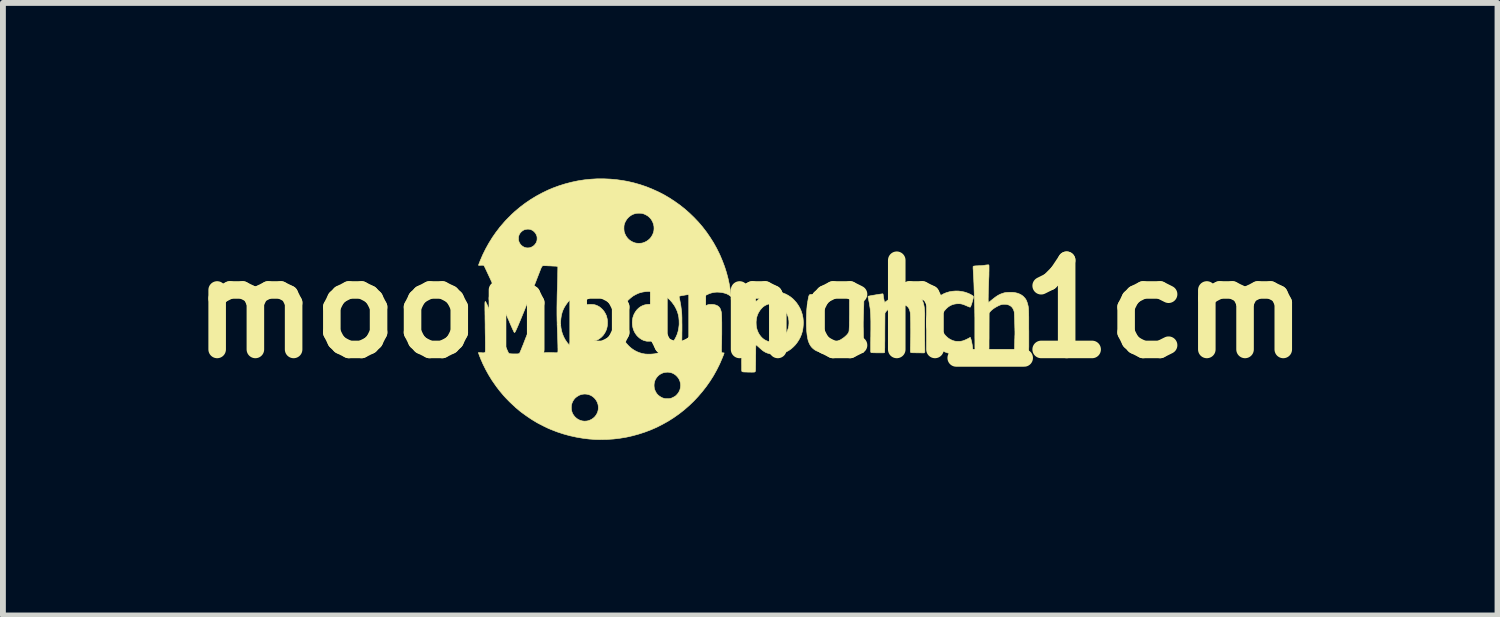
<source format=kicad_pcb>
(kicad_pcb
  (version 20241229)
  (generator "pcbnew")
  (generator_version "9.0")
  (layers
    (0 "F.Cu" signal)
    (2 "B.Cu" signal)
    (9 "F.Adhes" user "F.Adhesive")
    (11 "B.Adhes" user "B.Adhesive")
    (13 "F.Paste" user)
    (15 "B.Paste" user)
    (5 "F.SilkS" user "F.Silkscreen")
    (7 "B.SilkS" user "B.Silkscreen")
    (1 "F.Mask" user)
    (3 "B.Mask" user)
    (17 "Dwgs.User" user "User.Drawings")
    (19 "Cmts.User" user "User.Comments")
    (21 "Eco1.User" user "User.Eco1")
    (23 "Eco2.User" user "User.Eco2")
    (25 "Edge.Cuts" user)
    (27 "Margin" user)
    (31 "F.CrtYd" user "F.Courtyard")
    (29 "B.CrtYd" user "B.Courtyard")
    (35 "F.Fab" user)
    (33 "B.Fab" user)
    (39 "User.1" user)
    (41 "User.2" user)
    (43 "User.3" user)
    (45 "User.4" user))
  (footprint "moonpunch_1cm"
    (layer "F.Cu")
    (at 9.768 2.231)
    (property "Reference" "moonpunch_1cm" (at 0 0 0) (layer "F.SilkS") (effects (font (size 1.524 1.524) (thickness 0.3))))
    (attr through_hole)
    (fp_poly (pts (xy -2.697 -0.079) (xy -2.672 -0.077) (xy -2.65 -0.072) (xy -2.629 -0.065) (xy -2.608 -0.056) (xy -2.577 -0.039) (xy -2.548 -0.016) (xy -2.521 0.01) (xy -2.497 0.04) (xy -2.477 0.073) (xy -2.46 0.107) (xy -2.452 0.133) (xy -2.443 0.17) (xy -2.439 0.209) (xy -2.439 0.249) (xy -2.442 0.289) (xy -2.45 0.327) (xy -2.455 0.345) (xy -2.471 0.383) (xy -2.491 0.418) (xy -2.514 0.45) (xy -2.542 0.479) (xy -2.572 0.503) (xy -2.605 0.524) (xy -2.607 0.525) (xy -2.628 0.534) (xy -2.649 0.541) (xy -2.671 0.545) (xy -2.696 0.548) (xy -2.718 0.549) (xy -2.733 0.549) (xy -2.747 0.549) (xy -2.758 0.549) (xy -2.765 0.549) (xy -2.767 0.549) (xy -2.773 0.547) (xy -2.782 0.545) (xy -2.792 0.543) (xy -2.826 0.532) (xy -2.858 0.517) (xy -2.889 0.496) (xy -2.917 0.471) (xy -2.943 0.443) (xy -2.965 0.41) (xy -2.982 0.38) (xy -2.996 0.347) (xy -3.005 0.315) (xy -3.011 0.281) (xy -3.014 0.246) (xy -3.013 0.217) (xy -3.011 0.182) (xy -3.005 0.151) (xy -2.997 0.121) (xy -2.985 0.092) (xy -2.982 0.083) (xy -2.964 0.052) (xy -2.943 0.023) (xy -2.919 -0.003) (xy -2.893 -0.026) (xy -2.866 -0.045) (xy -2.853 -0.052) (xy -2.829 -0.063) (xy -2.807 -0.071) (xy -2.784 -0.076) (xy -2.758 -0.079) (xy -2.73 -0.08) (xy -2.725 -0.08) (xy -2.697 -0.079)) (stroke (width 0.01) (type solid)) (fill yes) (layer "F.SilkS"))
    (fp_poly (pts (xy -1.71 -0.081) (xy -1.671 -0.076) (xy -1.635 -0.067) (xy -1.601 -0.053) (xy -1.57 -0.033) (xy -1.54 -0.008) (xy -1.527 0.004) (xy -1.5 0.037) (xy -1.478 0.071) (xy -1.46 0.109) (xy -1.448 0.147) (xy -1.446 0.156) (xy -1.444 0.165) (xy -1.443 0.173) (xy -1.442 0.183) (xy -1.441 0.195) (xy -1.441 0.21) (xy -1.441 0.23) (xy -1.441 0.233) (xy -1.441 0.253) (xy -1.441 0.269) (xy -1.442 0.281) (xy -1.442 0.291) (xy -1.444 0.299) (xy -1.445 0.308) (xy -1.448 0.317) (xy -1.448 0.319) (xy -1.462 0.36) (xy -1.48 0.398) (xy -1.501 0.432) (xy -1.526 0.463) (xy -1.554 0.489) (xy -1.586 0.512) (xy -1.619 0.53) (xy -1.65 0.541) (xy -1.661 0.544) (xy -1.671 0.546) (xy -1.682 0.547) (xy -1.694 0.548) (xy -1.711 0.549) (xy -1.719 0.549) (xy -1.734 0.549) (xy -1.748 0.549) (xy -1.759 0.549) (xy -1.766 0.549) (xy -1.768 0.549) (xy -1.774 0.547) (xy -1.783 0.545) (xy -1.793 0.543) (xy -1.826 0.533) (xy -1.858 0.517) (xy -1.888 0.497) (xy -1.917 0.472) (xy -1.943 0.444) (xy -1.965 0.412) (xy -1.979 0.388) (xy -1.995 0.351) (xy -2.006 0.311) (xy -2.013 0.27) (xy -2.015 0.228) (xy -2.012 0.186) (xy -2.005 0.145) (xy -1.992 0.106) (xy -1.981 0.081) (xy -1.96 0.045) (xy -1.936 0.013) (xy -1.908 -0.015) (xy -1.878 -0.038) (xy -1.845 -0.056) (xy -1.809 -0.07) (xy -1.771 -0.078) (xy -1.732 -0.081) (xy -1.71 -0.081)) (stroke (width 0.01) (type solid)) (fill yes) (layer "F.SilkS"))
    (fp_poly (pts (xy 3.563 -0.308) (xy 3.614 -0.301) (xy 3.653 -0.293) (xy 3.679 -0.286) (xy 3.706 -0.276) (xy 3.733 -0.266) (xy 3.758 -0.254) (xy 3.78 -0.242) (xy 3.798 -0.231) (xy 3.799 -0.23) (xy 3.807 -0.224) (xy 3.811 -0.219) (xy 3.813 -0.214) (xy 3.813 -0.208) (xy 3.812 -0.198) (xy 3.81 -0.185) (xy 3.806 -0.168) (xy 3.801 -0.15) (xy 3.796 -0.13) (xy 3.79 -0.111) (xy 3.784 -0.091) (xy 3.778 -0.074) (xy 3.772 -0.058) (xy 3.767 -0.045) (xy 3.762 -0.037) (xy 3.759 -0.033) (xy 3.756 -0.033) (xy 3.749 -0.035) (xy 3.739 -0.038) (xy 3.725 -0.044) (xy 3.706 -0.052) (xy 3.699 -0.055) (xy 3.674 -0.066) (xy 3.653 -0.074) (xy 3.635 -0.081) (xy 3.619 -0.085) (xy 3.603 -0.089) (xy 3.588 -0.091) (xy 3.571 -0.092) (xy 3.567 -0.092) (xy 3.526 -0.091) (xy 3.487 -0.085) (xy 3.45 -0.074) (xy 3.415 -0.058) (xy 3.382 -0.036) (xy 3.351 -0.009) (xy 3.323 0.023) (xy 3.316 0.031) (xy 3.293 0.066) (xy 3.276 0.103) (xy 3.263 0.142) (xy 3.255 0.183) (xy 3.252 0.214) (xy 3.252 0.256) (xy 3.257 0.295) (xy 3.267 0.332) (xy 3.281 0.37) (xy 3.285 0.377) (xy 3.306 0.413) (xy 3.33 0.446) (xy 3.359 0.475) (xy 3.39 0.501) (xy 3.424 0.521) (xy 3.46 0.537) (xy 3.482 0.544) (xy 3.494 0.547) (xy 3.504 0.549) (xy 3.514 0.55) (xy 3.526 0.551) (xy 3.542 0.551) (xy 3.555 0.551) (xy 3.573 0.551) (xy 3.587 0.551) (xy 3.598 0.55) (xy 3.608 0.548) (xy 3.619 0.546) (xy 3.628 0.544) (xy 3.643 0.539) (xy 3.661 0.532) (xy 3.681 0.524) (xy 3.702 0.514) (xy 3.722 0.504) (xy 3.739 0.495) (xy 3.746 0.491) (xy 3.759 0.482) (xy 3.765 0.495) (xy 3.769 0.507) (xy 3.774 0.522) (xy 3.779 0.542) (xy 3.784 0.563) (xy 3.788 0.586) (xy 3.793 0.61) (xy 3.796 0.632) (xy 3.799 0.653) (xy 3.8 0.665) (xy 3.801 0.676) (xy 3.801 0.684) (xy 3.8 0.689) (xy 3.797 0.693) (xy 3.795 0.696) (xy 3.784 0.705) (xy 3.768 0.715) (xy 3.747 0.724) (xy 3.72 0.734) (xy 3.688 0.743) (xy 3.666 0.749) (xy 3.629 0.757) (xy 3.596 0.764) (xy 3.567 0.768) (xy 3.54 0.771) (xy 3.514 0.772) (xy 3.489 0.771) (xy 3.478 0.77) (xy 3.426 0.763) (xy 3.376 0.75) (xy 3.328 0.733) (xy 3.282 0.71) (xy 3.238 0.682) (xy 3.197 0.648) (xy 3.158 0.61) (xy 3.139 0.588) (xy 3.107 0.546) (xy 3.079 0.501) (xy 3.055 0.453) (xy 3.037 0.404) (xy 3.024 0.355) (xy 3.023 0.351) (xy 3.014 0.295) (xy 3.011 0.238) (xy 3.013 0.181) (xy 3.02 0.124) (xy 3.028 0.085) (xy 3.043 0.036) (xy 3.063 -0.012) (xy 3.087 -0.058) (xy 3.115 -0.1) (xy 3.147 -0.14) (xy 3.182 -0.177) (xy 3.221 -0.21) (xy 3.263 -0.238) (xy 3.306 -0.262) (xy 3.352 -0.281) (xy 3.359 -0.283) (xy 3.408 -0.297) (xy 3.458 -0.305) (xy 3.51 -0.309) (xy 3.563 -0.308)) (stroke (width 0.01) (type solid)) (fill yes) (layer "F.SilkS"))
    (fp_poly (pts (xy 1.077 -0.251) (xy 1.1 -0.251) (xy 1.127 -0.25) (xy 1.154 -0.25) (xy 1.175 -0.249) (xy 1.192 -0.249) (xy 1.205 -0.248) (xy 1.215 -0.247) (xy 1.222 -0.247) (xy 1.226 -0.246) (xy 1.229 -0.245) (xy 1.231 -0.243) (xy 1.231 -0.243) (xy 1.234 -0.241) (xy 1.235 -0.238) (xy 1.236 -0.233) (xy 1.236 -0.225) (xy 1.236 -0.213) (xy 1.235 -0.203) (xy 1.234 -0.191) (xy 1.233 -0.174) (xy 1.231 -0.155) (xy 1.228 -0.132) (xy 1.226 -0.109) (xy 1.223 -0.085) (xy 1.222 -0.082) (xy 1.218 -0.049) (xy 1.214 -0.02) (xy 1.212 0.007) (xy 1.209 0.032) (xy 1.208 0.056) (xy 1.207 0.081) (xy 1.206 0.108) (xy 1.205 0.138) (xy 1.205 0.172) (xy 1.205 0.184) (xy 1.205 0.231) (xy 1.206 0.274) (xy 1.208 0.312) (xy 1.21 0.345) (xy 1.214 0.375) (xy 1.218 0.4) (xy 1.224 0.423) (xy 1.23 0.443) (xy 1.238 0.461) (xy 1.248 0.477) (xy 1.258 0.491) (xy 1.271 0.504) (xy 1.273 0.507) (xy 1.297 0.525) (xy 1.324 0.54) (xy 1.356 0.55) (xy 1.356 0.551) (xy 1.374 0.554) (xy 1.394 0.557) (xy 1.415 0.558) (xy 1.435 0.558) (xy 1.453 0.557) (xy 1.462 0.556) (xy 1.488 0.549) (xy 1.515 0.538) (xy 1.544 0.524) (xy 1.572 0.506) (xy 1.6 0.487) (xy 1.625 0.466) (xy 1.647 0.445) (xy 1.666 0.423) (xy 1.667 0.421) (xy 1.673 0.413) (xy 1.678 0.405) (xy 1.682 0.398) (xy 1.685 0.39) (xy 1.687 0.38) (xy 1.689 0.369) (xy 1.69 0.355) (xy 1.691 0.338) (xy 1.692 0.317) (xy 1.693 0.292) (xy 1.694 0.274) (xy 1.694 0.253) (xy 1.694 0.228) (xy 1.695 0.199) (xy 1.695 0.166) (xy 1.695 0.131) (xy 1.696 0.095) (xy 1.696 0.058) (xy 1.696 0.021) (xy 1.696 -0.015) (xy 1.696 -0.016) (xy 1.696 -0.048) (xy 1.696 -0.08) (xy 1.696 -0.109) (xy 1.697 -0.136) (xy 1.697 -0.16) (xy 1.697 -0.18) (xy 1.698 -0.197) (xy 1.698 -0.209) (xy 1.699 -0.217) (xy 1.699 -0.218) (xy 1.703 -0.228) (xy 1.709 -0.237) (xy 1.71 -0.238) (xy 1.719 -0.247) (xy 1.82 -0.248) (xy 1.85 -0.248) (xy 1.876 -0.248) (xy 1.896 -0.248) (xy 1.911 -0.247) (xy 1.921 -0.247) (xy 1.927 -0.246) (xy 1.928 -0.245) (xy 1.932 -0.243) (xy 1.936 -0.24) (xy 1.939 -0.235) (xy 1.941 -0.227) (xy 1.942 -0.217) (xy 1.942 -0.203) (xy 1.942 -0.185) (xy 1.942 -0.162) (xy 1.942 -0.161) (xy 1.942 -0.142) (xy 1.941 -0.12) (xy 1.941 -0.094) (xy 1.94 -0.066) (xy 1.939 -0.037) (xy 1.938 -0.008) (xy 1.937 0.008) (xy 1.936 0.059) (xy 1.934 0.105) (xy 1.933 0.147) (xy 1.932 0.187) (xy 1.931 0.225) (xy 1.931 0.261) (xy 1.931 0.298) (xy 1.932 0.336) (xy 1.933 0.376) (xy 1.934 0.419) (xy 1.934 0.447) (xy 1.935 0.479) (xy 1.936 0.511) (xy 1.937 0.542) (xy 1.937 0.573) (xy 1.938 0.601) (xy 1.938 0.626) (xy 1.939 0.647) (xy 1.939 0.664) (xy 1.939 0.668) (xy 1.939 0.73) (xy 1.93 0.738) (xy 1.921 0.745) (xy 1.702 0.745) (xy 1.699 0.736) (xy 1.698 0.73) (xy 1.696 0.723) (xy 1.695 0.714) (xy 1.694 0.701) (xy 1.693 0.685) (xy 1.691 0.665) (xy 1.69 0.65) (xy 1.689 0.628) (xy 1.687 0.611) (xy 1.685 0.599) (xy 1.683 0.591) (xy 1.68 0.587) (xy 1.678 0.587) (xy 1.675 0.589) (xy 1.668 0.593) (xy 1.659 0.601) (xy 1.647 0.609) (xy 1.64 0.615) (xy 1.593 0.65) (xy 1.546 0.68) (xy 1.5 0.705) (xy 1.455 0.724) (xy 1.41 0.738) (xy 1.384 0.744) (xy 1.365 0.746) (xy 1.341 0.748) (xy 1.317 0.749) (xy 1.292 0.749) (xy 1.271 0.749) (xy 1.262 0.748) (xy 1.216 0.741) (xy 1.175 0.73) (xy 1.137 0.716) (xy 1.104 0.698) (xy 1.074 0.675) (xy 1.048 0.649) (xy 1.043 0.643) (xy 1.027 0.62) (xy 1.013 0.595) (xy 1.001 0.567) (xy 0.99 0.536) (xy 0.982 0.501) (xy 0.975 0.462) (xy 0.97 0.423) (xy 0.966 0.385) (xy 0.963 0.342) (xy 0.961 0.295) (xy 0.96 0.246) (xy 0.96 0.195) (xy 0.96 0.145) (xy 0.962 0.095) (xy 0.964 0.046) (xy 0.967 0.001) (xy 0.968 -0.011) (xy 0.971 -0.039) (xy 0.974 -0.068) (xy 0.978 -0.097) (xy 0.982 -0.125) (xy 0.987 -0.151) (xy 0.991 -0.175) (xy 0.995 -0.196) (xy 0.999 -0.213) (xy 1.003 -0.226) (xy 1.005 -0.231) (xy 1.008 -0.236) (xy 1.011 -0.24) (xy 1.014 -0.244) (xy 1.018 -0.247) (xy 1.024 -0.249) (xy 1.032 -0.25) (xy 1.044 -0.251) (xy 1.058 -0.251) (xy 1.077 -0.251)) (stroke (width 0.01) (type solid)) (fill yes) (layer "F.SilkS"))
    (fp_poly (pts (xy 2.688 -0.286) (xy 2.706 -0.286) (xy 2.72 -0.285) (xy 2.733 -0.284) (xy 2.745 -0.282) (xy 2.754 -0.28) (xy 2.793 -0.27) (xy 2.828 -0.257) (xy 2.859 -0.241) (xy 2.886 -0.222) (xy 2.909 -0.198) (xy 2.929 -0.171) (xy 2.945 -0.14) (xy 2.958 -0.104) (xy 2.968 -0.063) (xy 2.972 -0.041) (xy 2.974 -0.027) (xy 2.976 -0.009) (xy 2.978 0.011) (xy 2.979 0.032) (xy 2.981 0.054) (xy 2.982 0.074) (xy 2.982 0.093) (xy 2.982 0.108) (xy 2.982 0.12) (xy 2.982 0.123) (xy 2.981 0.129) (xy 2.981 0.141) (xy 2.981 0.157) (xy 2.98 0.177) (xy 2.98 0.201) (xy 2.98 0.228) (xy 2.98 0.258) (xy 2.98 0.29) (xy 2.98 0.324) (xy 2.98 0.359) (xy 2.98 0.396) (xy 2.98 0.432) (xy 2.981 0.468) (xy 2.981 0.504) (xy 2.981 0.538) (xy 2.982 0.571) (xy 2.982 0.599) (xy 2.984 0.736) (xy 2.971 0.749) (xy 2.86 0.747) (xy 2.831 0.747) (xy 2.809 0.746) (xy 2.79 0.746) (xy 2.776 0.746) (xy 2.765 0.745) (xy 2.757 0.745) (xy 2.751 0.744) (xy 2.747 0.743) (xy 2.745 0.742) (xy 2.743 0.741) (xy 2.742 0.74) (xy 2.74 0.738) (xy 2.739 0.735) (xy 2.738 0.731) (xy 2.737 0.725) (xy 2.737 0.716) (xy 2.737 0.704) (xy 2.737 0.687) (xy 2.737 0.672) (xy 2.737 0.655) (xy 2.738 0.632) (xy 2.738 0.607) (xy 2.739 0.579) (xy 2.739 0.551) (xy 2.74 0.523) (xy 2.74 0.504) (xy 2.741 0.476) (xy 2.741 0.446) (xy 2.742 0.414) (xy 2.742 0.38) (xy 2.742 0.346) (xy 2.741 0.311) (xy 2.741 0.276) (xy 2.741 0.241) (xy 2.74 0.208) (xy 2.739 0.177) (xy 2.739 0.148) (xy 2.738 0.122) (xy 2.737 0.099) (xy 2.736 0.08) (xy 2.735 0.066) (xy 2.734 0.057) (xy 2.734 0.056) (xy 2.726 0.025) (xy 2.717 -0.000408) (xy 2.705 -0.022) (xy 2.691 -0.039) (xy 2.673 -0.054) (xy 2.655 -0.064) (xy 2.627 -0.074) (xy 2.595 -0.08) (xy 2.56 -0.083) (xy 2.543 -0.082) (xy 2.527 -0.081) (xy 2.513 -0.078) (xy 2.498 -0.073) (xy 2.48 -0.066) (xy 2.46 -0.057) (xy 2.457 -0.055) (xy 2.428 -0.04) (xy 2.401 -0.024) (xy 2.376 -0.007) (xy 2.353 0.01) (xy 2.334 0.027) (xy 2.319 0.043) (xy 2.309 0.058) (xy 2.308 0.059) (xy 2.302 0.072) (xy 2.3 0.406) (xy 2.3 0.456) (xy 2.3 0.501) (xy 2.3 0.541) (xy 2.299 0.577) (xy 2.299 0.608) (xy 2.299 0.634) (xy 2.299 0.657) (xy 2.298 0.677) (xy 2.298 0.693) (xy 2.298 0.706) (xy 2.298 0.717) (xy 2.297 0.725) (xy 2.297 0.731) (xy 2.296 0.736) (xy 2.296 0.739) (xy 2.295 0.741) (xy 2.294 0.743) (xy 2.294 0.744) (xy 2.293 0.744) (xy 2.291 0.745) (xy 2.286 0.746) (xy 2.279 0.747) (xy 2.269 0.747) (xy 2.255 0.747) (xy 2.237 0.747) (xy 2.213 0.747) (xy 2.211 0.747) (xy 2.189 0.747) (xy 2.166 0.747) (xy 2.144 0.747) (xy 2.125 0.746) (xy 2.109 0.746) (xy 2.1 0.746) (xy 2.086 0.745) (xy 2.076 0.745) (xy 2.07 0.744) (xy 2.066 0.743) (xy 2.063 0.74) (xy 2.061 0.738) (xy 2.06 0.736) (xy 2.06 0.734) (xy 2.059 0.731) (xy 2.059 0.726) (xy 2.058 0.72) (xy 2.058 0.712) (xy 2.058 0.702) (xy 2.058 0.689) (xy 2.058 0.673) (xy 2.058 0.653) (xy 2.058 0.63) (xy 2.058 0.603) (xy 2.058 0.571) (xy 2.059 0.535) (xy 2.059 0.493) (xy 2.06 0.465) (xy 2.06 0.404) (xy 2.061 0.349) (xy 2.061 0.299) (xy 2.061 0.253) (xy 2.061 0.211) (xy 2.06 0.172) (xy 2.059 0.137) (xy 2.058 0.104) (xy 2.056 0.073) (xy 2.054 0.044) (xy 2.052 0.017) (xy 2.049 -0.01) (xy 2.045 -0.036) (xy 2.041 -0.062) (xy 2.037 -0.089) (xy 2.032 -0.116) (xy 2.026 -0.145) (xy 2.02 -0.175) (xy 2.016 -0.191) (xy 2.014 -0.203) (xy 2.013 -0.21) (xy 2.013 -0.215) (xy 2.014 -0.218) (xy 2.015 -0.219) (xy 2.019 -0.22) (xy 2.027 -0.222) (xy 2.041 -0.225) (xy 2.058 -0.228) (xy 2.078 -0.232) (xy 2.101 -0.236) (xy 2.126 -0.24) (xy 2.154 -0.245) (xy 2.182 -0.249) (xy 2.211 -0.254) (xy 2.24 -0.258) (xy 2.257 -0.261) (xy 2.263 -0.261) (xy 2.267 -0.259) (xy 2.27 -0.254) (xy 2.272 -0.245) (xy 2.273 -0.233) (xy 2.276 -0.212) (xy 2.279 -0.19) (xy 2.284 -0.167) (xy 2.288 -0.145) (xy 2.293 -0.126) (xy 2.296 -0.116) (xy 2.299 -0.116) (xy 2.305 -0.12) (xy 2.316 -0.127) (xy 2.326 -0.135) (xy 2.36 -0.16) (xy 2.39 -0.183) (xy 2.416 -0.202) (xy 2.441 -0.218) (xy 2.463 -0.231) (xy 2.483 -0.243) (xy 2.503 -0.253) (xy 2.522 -0.261) (xy 2.542 -0.268) (xy 2.555 -0.272) (xy 2.572 -0.277) (xy 2.586 -0.281) (xy 2.599 -0.283) (xy 2.612 -0.285) (xy 2.627 -0.286) (xy 2.645 -0.286) (xy 2.667 -0.286) (xy 2.667 -0.286) (xy 2.688 -0.286)) (stroke (width 0.01) (type solid)) (fill yes) (layer "F.SilkS"))
    (fp_poly (pts (xy 0.461 -0.295) (xy 0.507 -0.288) (xy 0.518 -0.286) (xy 0.562 -0.274) (xy 0.605 -0.257) (xy 0.647 -0.235) (xy 0.687 -0.209) (xy 0.725 -0.179) (xy 0.752 -0.152) (xy 0.79 -0.109) (xy 0.822 -0.063) (xy 0.849 -0.016) (xy 0.871 0.034) (xy 0.888 0.086) (xy 0.9 0.141) (xy 0.902 0.152) (xy 0.906 0.191) (xy 0.908 0.233) (xy 0.906 0.276) (xy 0.902 0.319) (xy 0.896 0.36) (xy 0.89 0.385) (xy 0.875 0.434) (xy 0.855 0.482) (xy 0.831 0.527) (xy 0.803 0.57) (xy 0.772 0.61) (xy 0.737 0.646) (xy 0.7 0.679) (xy 0.66 0.707) (xy 0.622 0.728) (xy 0.592 0.742) (xy 0.563 0.753) (xy 0.534 0.761) (xy 0.504 0.767) (xy 0.472 0.771) (xy 0.437 0.772) (xy 0.41 0.773) (xy 0.387 0.772) (xy 0.366 0.77) (xy 0.346 0.767) (xy 0.327 0.762) (xy 0.31 0.757) (xy 0.286 0.749) (xy 0.264 0.74) (xy 0.243 0.728) (xy 0.221 0.714) (xy 0.199 0.697) (xy 0.175 0.676) (xy 0.15 0.653) (xy 0.134 0.639) (xy 0.123 0.629) (xy 0.114 0.621) (xy 0.108 0.616) (xy 0.104 0.614) (xy 0.101 0.613) (xy 0.099 0.614) (xy 0.099 0.614) (xy 0.098 0.615) (xy 0.097 0.618) (xy 0.097 0.622) (xy 0.096 0.629) (xy 0.096 0.637) (xy 0.095 0.649) (xy 0.095 0.663) (xy 0.094 0.681) (xy 0.094 0.703) (xy 0.094 0.729) (xy 0.094 0.76) (xy 0.093 0.795) (xy 0.093 0.836) (xy 0.093 0.837) (xy 0.093 0.879) (xy 0.092 0.917) (xy 0.092 0.949) (xy 0.091 0.977) (xy 0.091 1) (xy 0.091 1.02) (xy 0.09 1.035) (xy 0.09 1.047) (xy 0.089 1.055) (xy 0.088 1.061) (xy 0.088 1.063) (xy 0.081 1.072) (xy 0.076 1.075) (xy 0.07 1.076) (xy 0.06 1.077) (xy 0.046 1.077) (xy 0.027 1.078) (xy 0.004 1.077) (xy -0.025 1.077) (xy -0.058 1.076) (xy -0.072 1.075) (xy -0.093 1.075) (xy -0.109 1.074) (xy -0.122 1.073) (xy -0.13 1.071) (xy -0.136 1.069) (xy -0.14 1.066) (xy -0.143 1.062) (xy -0.144 1.06) (xy -0.145 1.058) (xy -0.145 1.053) (xy -0.145 1.045) (xy -0.146 1.034) (xy -0.146 1.02) (xy -0.146 1.002) (xy -0.146 0.98) (xy -0.146 0.955) (xy -0.147 0.925) (xy -0.147 0.891) (xy -0.146 0.852) (xy -0.146 0.809) (xy -0.146 0.76) (xy -0.146 0.707) (xy -0.146 0.648) (xy -0.146 0.607) (xy -0.145 0.537) (xy -0.145 0.473) (xy -0.145 0.414) (xy -0.145 0.36) (xy -0.145 0.31) (xy -0.145 0.264) (xy -0.145 0.237) (xy 0.101 0.237) (xy 0.103 0.281) (xy 0.109 0.321) (xy 0.12 0.359) (xy 0.135 0.396) (xy 0.136 0.399) (xy 0.157 0.436) (xy 0.181 0.468) (xy 0.208 0.496) (xy 0.238 0.52) (xy 0.271 0.538) (xy 0.305 0.552) (xy 0.342 0.561) (xy 0.35 0.562) (xy 0.37 0.563) (xy 0.393 0.563) (xy 0.416 0.56) (xy 0.438 0.557) (xy 0.443 0.556) (xy 0.476 0.544) (xy 0.508 0.528) (xy 0.538 0.506) (xy 0.566 0.479) (xy 0.592 0.447) (xy 0.594 0.445) (xy 0.618 0.407) (xy 0.636 0.367) (xy 0.65 0.326) (xy 0.659 0.284) (xy 0.662 0.242) (xy 0.661 0.2) (xy 0.654 0.158) (xy 0.643 0.117) (xy 0.626 0.078) (xy 0.605 0.041) (xy 0.592 0.023) (xy 0.565 -0.009) (xy 0.536 -0.036) (xy 0.504 -0.058) (xy 0.47 -0.075) (xy 0.435 -0.086) (xy 0.418 -0.089) (xy 0.399 -0.091) (xy 0.377 -0.092) (xy 0.355 -0.091) (xy 0.335 -0.09) (xy 0.318 -0.087) (xy 0.315 -0.087) (xy 0.282 -0.075) (xy 0.25 -0.059) (xy 0.22 -0.038) (xy 0.193 -0.011) (xy 0.168 0.019) (xy 0.165 0.024) (xy 0.142 0.06) (xy 0.125 0.097) (xy 0.113 0.134) (xy 0.105 0.174) (xy 0.101 0.217) (xy 0.101 0.237) (xy -0.145 0.237) (xy -0.145 0.222) (xy -0.146 0.183) (xy -0.146 0.147) (xy -0.147 0.114) (xy -0.147 0.084) (xy -0.148 0.055) (xy -0.149 0.029) (xy -0.151 0.004) (xy -0.152 -0.02) (xy -0.154 -0.043) (xy -0.156 -0.065) (xy -0.158 -0.088) (xy -0.16 -0.11) (xy -0.163 -0.133) (xy -0.166 -0.156) (xy -0.169 -0.18) (xy -0.171 -0.199) (xy -0.179 -0.255) (xy -0.172 -0.26) (xy -0.164 -0.264) (xy -0.153 -0.265) (xy -0.143 -0.266) (xy -0.129 -0.267) (xy -0.111 -0.269) (xy -0.09 -0.271) (xy -0.068 -0.274) (xy -0.045 -0.277) (xy -0.023 -0.28) (xy -0.003 -0.284) (xy 0.004 -0.285) (xy 0.025 -0.289) (xy 0.041 -0.291) (xy 0.054 -0.293) (xy 0.062 -0.293) (xy 0.068 -0.293) (xy 0.072 -0.291) (xy 0.075 -0.288) (xy 0.077 -0.284) (xy 0.077 -0.284) (xy 0.08 -0.277) (xy 0.083 -0.268) (xy 0.085 -0.257) (xy 0.087 -0.243) (xy 0.088 -0.225) (xy 0.09 -0.203) (xy 0.09 -0.197) (xy 0.091 -0.181) (xy 0.093 -0.166) (xy 0.094 -0.154) (xy 0.094 -0.145) (xy 0.095 -0.142) (xy 0.096 -0.137) (xy 0.099 -0.134) (xy 0.103 -0.135) (xy 0.11 -0.139) (xy 0.119 -0.146) (xy 0.131 -0.157) (xy 0.137 -0.163) (xy 0.176 -0.198) (xy 0.215 -0.228) (xy 0.254 -0.252) (xy 0.294 -0.271) (xy 0.334 -0.284) (xy 0.375 -0.293) (xy 0.417 -0.296) (xy 0.461 -0.295)) (stroke (width 0.01) (type solid)) (fill yes) (layer "F.SilkS"))
    (fp_poly (pts (xy 4.071 -0.756) (xy 4.075 -0.755) (xy 4.077 -0.753) (xy 4.078 -0.75) (xy 4.079 -0.746) (xy 4.08 -0.736) (xy 4.08 -0.721) (xy 4.08 -0.702) (xy 4.08 -0.679) (xy 4.08 -0.652) (xy 4.079 -0.622) (xy 4.079 -0.59) (xy 4.078 -0.555) (xy 4.076 -0.519) (xy 4.075 -0.49) (xy 4.073 -0.429) (xy 4.071 -0.374) (xy 4.069 -0.325) (xy 4.068 -0.281) (xy 4.067 -0.242) (xy 4.067 -0.208) (xy 4.066 -0.18) (xy 4.066 -0.158) (xy 4.067 -0.14) (xy 4.068 -0.127) (xy 4.069 -0.119) (xy 4.07 -0.117) (xy 4.072 -0.116) (xy 4.075 -0.117) (xy 4.08 -0.119) (xy 4.087 -0.124) (xy 4.098 -0.132) (xy 4.109 -0.142) (xy 4.137 -0.164) (xy 4.162 -0.184) (xy 4.183 -0.2) (xy 4.202 -0.214) (xy 4.219 -0.225) (xy 4.235 -0.235) (xy 4.25 -0.243) (xy 4.264 -0.25) (xy 4.279 -0.257) (xy 4.293 -0.262) (xy 4.315 -0.27) (xy 4.335 -0.276) (xy 4.355 -0.281) (xy 4.375 -0.284) (xy 4.398 -0.285) (xy 4.424 -0.286) (xy 4.441 -0.286) (xy 4.463 -0.286) (xy 4.48 -0.286) (xy 4.495 -0.285) (xy 4.507 -0.284) (xy 4.518 -0.282) (xy 4.529 -0.28) (xy 4.564 -0.272) (xy 4.594 -0.261) (xy 4.62 -0.249) (xy 4.644 -0.234) (xy 4.667 -0.216) (xy 4.675 -0.207) (xy 4.692 -0.189) (xy 4.707 -0.169) (xy 4.719 -0.147) (xy 4.729 -0.122) (xy 4.738 -0.094) (xy 4.744 -0.071) (xy 4.746 -0.062) (xy 4.748 -0.053) (xy 4.75 -0.045) (xy 4.751 -0.036) (xy 4.752 -0.027) (xy 4.754 -0.017) (xy 4.755 -0.005) (xy 4.755 0.007) (xy 4.756 0.022) (xy 4.757 0.039) (xy 4.757 0.058) (xy 4.758 0.081) (xy 4.758 0.106) (xy 4.759 0.135) (xy 4.759 0.168) (xy 4.759 0.204) (xy 4.759 0.246) (xy 4.759 0.292) (xy 4.759 0.343) (xy 4.76 0.377) (xy 4.76 0.43) (xy 4.76 0.477) (xy 4.76 0.52) (xy 4.76 0.558) (xy 4.76 0.591) (xy 4.76 0.62) (xy 4.76 0.645) (xy 4.759 0.666) (xy 4.759 0.685) (xy 4.759 0.7) (xy 4.758 0.712) (xy 4.758 0.722) (xy 4.757 0.73) (xy 4.756 0.735) (xy 4.755 0.74) (xy 4.753 0.743) (xy 4.752 0.744) (xy 4.75 0.745) (xy 4.748 0.746) (xy 4.746 0.747) (xy 4.745 0.747) (xy 4.74 0.747) (xy 4.73 0.748) (xy 4.716 0.748) (xy 4.699 0.748) (xy 4.68 0.748) (xy 4.659 0.748) (xy 4.638 0.747) (xy 4.616 0.747) (xy 4.595 0.746) (xy 4.575 0.746) (xy 4.558 0.745) (xy 4.544 0.744) (xy 4.534 0.743) (xy 4.528 0.743) (xy 4.527 0.742) (xy 4.524 0.741) (xy 4.522 0.738) (xy 4.52 0.735) (xy 4.519 0.73) (xy 4.517 0.723) (xy 4.517 0.713) (xy 4.516 0.701) (xy 4.516 0.685) (xy 4.516 0.666) (xy 4.517 0.642) (xy 4.517 0.613) (xy 4.518 0.587) (xy 4.519 0.56) (xy 4.519 0.533) (xy 4.52 0.509) (xy 4.521 0.487) (xy 4.521 0.468) (xy 4.522 0.453) (xy 4.522 0.442) (xy 4.523 0.437) (xy 4.523 0.43) (xy 4.523 0.417) (xy 4.523 0.401) (xy 4.523 0.382) (xy 4.522 0.36) (xy 4.522 0.337) (xy 4.521 0.321) (xy 4.52 0.277) (xy 4.519 0.238) (xy 4.518 0.204) (xy 4.517 0.174) (xy 4.516 0.149) (xy 4.515 0.127) (xy 4.515 0.109) (xy 4.514 0.094) (xy 4.513 0.081) (xy 4.513 0.071) (xy 4.512 0.063) (xy 4.512 0.057) (xy 4.511 0.052) (xy 4.51 0.048) (xy 4.509 0.044) (xy 4.509 0.04) (xy 4.508 0.037) (xy 4.508 0.036) (xy 4.497 0.007) (xy 4.483 -0.018) (xy 4.466 -0.039) (xy 4.444 -0.056) (xy 4.419 -0.069) (xy 4.39 -0.078) (xy 4.357 -0.082) (xy 4.342 -0.082) (xy 4.323 -0.082) (xy 4.304 -0.079) (xy 4.286 -0.075) (xy 4.266 -0.068) (xy 4.243 -0.058) (xy 4.235 -0.054) (xy 4.207 -0.039) (xy 4.181 -0.024) (xy 4.156 -0.007) (xy 4.134 0.01) (xy 4.115 0.027) (xy 4.1 0.043) (xy 4.09 0.057) (xy 4.089 0.059) (xy 4.082 0.072) (xy 4.081 0.404) (xy 4.081 0.454) (xy 4.081 0.499) (xy 4.08 0.539) (xy 4.08 0.574) (xy 4.08 0.605) (xy 4.08 0.632) (xy 4.08 0.655) (xy 4.079 0.674) (xy 4.079 0.69) (xy 4.079 0.703) (xy 4.078 0.714) (xy 4.078 0.722) (xy 4.078 0.729) (xy 4.077 0.733) (xy 4.076 0.737) (xy 4.076 0.739) (xy 4.075 0.741) (xy 4.074 0.742) (xy 4.074 0.742) (xy 4.072 0.744) (xy 4.07 0.745) (xy 4.067 0.746) (xy 4.062 0.747) (xy 4.055 0.747) (xy 4.044 0.747) (xy 4.03 0.748) (xy 4.012 0.748) (xy 3.989 0.747) (xy 3.967 0.747) (xy 3.945 0.747) (xy 3.924 0.747) (xy 3.905 0.746) (xy 3.89 0.746) (xy 3.88 0.745) (xy 3.867 0.744) (xy 3.857 0.743) (xy 3.849 0.742) (xy 3.847 0.74) (xy 3.844 0.736) (xy 3.841 0.728) (xy 3.841 0.726) (xy 3.841 0.722) (xy 3.84 0.713) (xy 3.84 0.698) (xy 3.84 0.679) (xy 3.839 0.656) (xy 3.839 0.629) (xy 3.839 0.598) (xy 3.839 0.564) (xy 3.839 0.528) (xy 3.838 0.489) (xy 3.838 0.448) (xy 3.838 0.405) (xy 3.838 0.4) (xy 3.838 0.349) (xy 3.838 0.303) (xy 3.838 0.26) (xy 3.838 0.221) (xy 3.838 0.184) (xy 3.838 0.15) (xy 3.837 0.117) (xy 3.837 0.086) (xy 3.836 0.054) (xy 3.836 0.022) (xy 3.835 -0.01) (xy 3.834 -0.045) (xy 3.833 -0.081) (xy 3.832 -0.121) (xy 3.831 -0.163) (xy 3.829 -0.21) (xy 3.828 -0.262) (xy 3.827 -0.291) (xy 3.825 -0.334) (xy 3.824 -0.373) (xy 3.823 -0.408) (xy 3.822 -0.441) (xy 3.82 -0.473) (xy 3.819 -0.504) (xy 3.817 -0.536) (xy 3.815 -0.569) (xy 3.813 -0.606) (xy 3.811 -0.646) (xy 3.81 -0.67) (xy 3.808 -0.689) (xy 3.808 -0.704) (xy 3.808 -0.714) (xy 3.808 -0.722) (xy 3.808 -0.726) (xy 3.81 -0.729) (xy 3.81 -0.73) (xy 3.814 -0.732) (xy 3.822 -0.735) (xy 3.832 -0.736) (xy 3.846 -0.738) (xy 3.865 -0.739) (xy 3.888 -0.74) (xy 3.906 -0.741) (xy 3.938 -0.742) (xy 3.967 -0.744) (xy 3.99 -0.747) (xy 3.999 -0.748) (xy 4.015 -0.751) (xy 4.031 -0.753) (xy 4.045 -0.755) (xy 4.053 -0.755) (xy 4.064 -0.756) (xy 4.071 -0.756)) (stroke (width 0.01) (type solid)) (fill yes) (layer "F.SilkS"))
    (fp_poly (pts (xy -2.392 -2.221) (xy -2.281 -2.211) (xy -2.171 -2.195) (xy -2.097 -2.182) (xy -1.989 -2.157) (xy -1.883 -2.127) (xy -1.779 -2.092) (xy -1.677 -2.051) (xy -1.577 -2.006) (xy -1.48 -1.957) (xy -1.386 -1.902) (xy -1.295 -1.843) (xy -1.206 -1.78) (xy -1.121 -1.713) (xy -1.039 -1.641) (xy -0.961 -1.566) (xy -0.886 -1.487) (xy -0.815 -1.404) (xy -0.748 -1.317) (xy -0.686 -1.227) (xy -0.627 -1.134) (xy -0.573 -1.037) (xy -0.524 -0.938) (xy -0.514 -0.916) (xy -0.474 -0.821) (xy -0.437 -0.723) (xy -0.405 -0.622) (xy -0.378 -0.52) (xy -0.356 -0.418) (xy -0.352 -0.394) (xy -0.348 -0.373) (xy -0.345 -0.352) (xy -0.341 -0.329) (xy -0.338 -0.307) (xy -0.335 -0.286) (xy -0.332 -0.266) (xy -0.33 -0.248) (xy -0.329 -0.234) (xy -0.328 -0.223) (xy -0.328 -0.217) (xy -0.328 -0.215) (xy -0.331 -0.216) (xy -0.337 -0.22) (xy -0.342 -0.225) (xy -0.368 -0.243) (xy -0.398 -0.259) (xy -0.433 -0.271) (xy -0.472 -0.281) (xy -0.516 -0.287) (xy -0.528 -0.288) (xy -0.568 -0.29) (xy -0.606 -0.287) (xy -0.642 -0.281) (xy -0.679 -0.271) (xy -0.684 -0.269) (xy -0.703 -0.262) (xy -0.724 -0.253) (xy -0.745 -0.243) (xy -0.764 -0.233) (xy -0.779 -0.224) (xy -0.785 -0.22) (xy -0.796 -0.213) (xy -0.808 -0.204) (xy -0.823 -0.193) (xy -0.84 -0.181) (xy -0.856 -0.169) (xy -0.872 -0.157) (xy -0.887 -0.146) (xy -0.899 -0.137) (xy -0.907 -0.131) (xy -0.927 -0.115) (xy -0.931 -0.127) (xy -0.935 -0.142) (xy -0.939 -0.161) (xy -0.943 -0.182) (xy -0.946 -0.204) (xy -0.949 -0.225) (xy -0.949 -0.225) (xy -0.951 -0.238) (xy -0.953 -0.249) (xy -0.955 -0.257) (xy -0.955 -0.26) (xy -0.956 -0.261) (xy -0.958 -0.262) (xy -0.961 -0.262) (xy -0.966 -0.262) (xy -0.972 -0.261) (xy -0.982 -0.26) (xy -0.994 -0.258) (xy -1.01 -0.256) (xy -1.03 -0.253) (xy -1.055 -0.249) (xy -1.085 -0.244) (xy -1.094 -0.243) (xy -1.123 -0.238) (xy -1.146 -0.234) (xy -1.166 -0.231) (xy -1.181 -0.228) (xy -1.193 -0.225) (xy -1.201 -0.223) (xy -1.207 -0.221) (xy -1.211 -0.22) (xy -1.213 -0.218) (xy -1.215 -0.216) (xy -1.215 -0.216) (xy -1.215 -0.211) (xy -1.214 -0.203) (xy -1.211 -0.192) (xy -1.209 -0.182) (xy -1.201 -0.144) (xy -1.193 -0.102) (xy -1.185 -0.056) (xy -1.179 -0.009) (xy -1.173 0.038) (xy -1.171 0.059) (xy -1.17 0.075) (xy -1.169 0.096) (xy -1.168 0.122) (xy -1.167 0.152) (xy -1.167 0.187) (xy -1.167 0.225) (xy -1.166 0.267) (xy -1.166 0.312) (xy -1.166 0.36) (xy -1.167 0.409) (xy -1.167 0.461) (xy -1.168 0.515) (xy -1.168 0.522) (xy -1.169 0.567) (xy -1.169 0.607) (xy -1.169 0.641) (xy -1.169 0.671) (xy -1.169 0.694) (xy -1.169 0.712) (xy -1.169 0.725) (xy -1.168 0.732) (xy -1.168 0.734) (xy -1.163 0.741) (xy -1.158 0.745) (xy -1.154 0.745) (xy -1.145 0.746) (xy -1.132 0.746) (xy -1.115 0.747) (xy -1.097 0.747) (xy -1.076 0.748) (xy -1.054 0.748) (xy -1.032 0.748) (xy -1.011 0.749) (xy -0.99 0.749) (xy -0.972 0.749) (xy -0.957 0.749) (xy -0.945 0.749) (xy -0.937 0.748) (xy -0.936 0.748) (xy -0.935 0.748) (xy -0.933 0.748) (xy -0.932 0.747) (xy -0.93 0.745) (xy -0.929 0.742) (xy -0.928 0.738) (xy -0.927 0.732) (xy -0.927 0.724) (xy -0.926 0.714) (xy -0.925 0.702) (xy -0.925 0.686) (xy -0.925 0.667) (xy -0.924 0.645) (xy -0.924 0.619) (xy -0.924 0.589) (xy -0.924 0.555) (xy -0.923 0.516) (xy -0.923 0.472) (xy -0.923 0.422) (xy -0.923 0.404) (xy -0.923 0.352) (xy -0.923 0.307) (xy -0.922 0.266) (xy -0.922 0.23) (xy -0.922 0.198) (xy -0.922 0.17) (xy -0.921 0.146) (xy -0.921 0.126) (xy -0.92 0.108) (xy -0.919 0.094) (xy -0.918 0.082) (xy -0.917 0.072) (xy -0.916 0.064) (xy -0.914 0.057) (xy -0.912 0.052) (xy -0.909 0.048) (xy -0.906 0.044) (xy -0.903 0.041) (xy -0.899 0.037) (xy -0.895 0.034) (xy -0.89 0.029) (xy -0.889 0.028) (xy -0.871 0.012) (xy -0.849 -0.005) (xy -0.824 -0.022) (xy -0.798 -0.038) (xy -0.771 -0.053) (xy -0.745 -0.065) (xy -0.722 -0.074) (xy -0.713 -0.076) (xy -0.704 -0.078) (xy -0.694 -0.08) (xy -0.682 -0.08) (xy -0.666 -0.08) (xy -0.665 -0.08) (xy -0.633 -0.079) (xy -0.606 -0.074) (xy -0.582 -0.067) (xy -0.56 -0.057) (xy -0.545 -0.047) (xy -0.529 -0.032) (xy -0.515 -0.012) (xy -0.505 0.013) (xy -0.496 0.043) (xy -0.492 0.064) (xy -0.491 0.075) (xy -0.49 0.09) (xy -0.489 0.111) (xy -0.488 0.136) (xy -0.487 0.164) (xy -0.487 0.196) (xy -0.486 0.23) (xy -0.486 0.267) (xy -0.486 0.306) (xy -0.486 0.346) (xy -0.486 0.387) (xy -0.486 0.429) (xy -0.487 0.471) (xy -0.487 0.512) (xy -0.488 0.552) (xy -0.488 0.57) (xy -0.489 0.604) (xy -0.49 0.633) (xy -0.49 0.657) (xy -0.49 0.677) (xy -0.491 0.693) (xy -0.491 0.705) (xy -0.49 0.715) (xy -0.49 0.722) (xy -0.49 0.728) (xy -0.489 0.732) (xy -0.488 0.734) (xy -0.487 0.736) (xy -0.483 0.742) (xy -0.478 0.746) (xy -0.47 0.748) (xy -0.46 0.748) (xy -0.452 0.748) (xy -0.447 0.749) (xy -0.446 0.75) (xy -0.447 0.755) (xy -0.45 0.764) (xy -0.455 0.778) (xy -0.461 0.794) (xy -0.469 0.813) (xy -0.477 0.833) (xy -0.486 0.855) (xy -0.496 0.877) (xy -0.505 0.899) (xy -0.514 0.92) (xy -0.523 0.939) (xy -0.525 0.944) (xy -0.574 1.042) (xy -0.628 1.139) (xy -0.687 1.232) (xy -0.751 1.323) (xy -0.819 1.41) (xy -0.891 1.494) (xy -0.967 1.575) (xy -1.047 1.651) (xy -1.131 1.724) (xy -1.218 1.792) (xy -1.309 1.856) (xy -1.402 1.915) (xy -1.499 1.969) (xy -1.597 2.019) (xy -1.698 2.063) (xy -1.801 2.102) (xy -1.906 2.136) (xy -2.012 2.165) (xy -2.119 2.189) (xy -2.228 2.207) (xy -2.337 2.22) (xy -2.447 2.227) (xy -2.554 2.229) (xy -2.575 2.229) (xy -2.594 2.229) (xy -2.612 2.228) (xy -2.627 2.228) (xy -2.638 2.228) (xy -2.642 2.228) (xy -2.754 2.22) (xy -2.865 2.206) (xy -2.976 2.187) (xy -3.085 2.163) (xy -3.193 2.133) (xy -3.3 2.098) (xy -3.405 2.057) (xy -3.45 2.038) (xy -3.471 2.028) (xy -3.496 2.016) (xy -3.523 2.003) (xy -3.552 1.988) (xy -3.581 1.973) (xy -3.609 1.959) (xy -3.635 1.945) (xy -3.658 1.932) (xy -3.667 1.926) (xy -3.704 1.904) (xy -3.744 1.879) (xy -3.784 1.852) (xy -3.825 1.824) (xy -3.865 1.795) (xy -3.904 1.767) (xy -3.939 1.74) (xy -3.962 1.72) (xy -3.999 1.689) (xy -4.006 1.682) (xy -3.057 1.682) (xy -3.055 1.719) (xy -3.047 1.753) (xy -3.035 1.785) (xy -3.017 1.814) (xy -2.994 1.842) (xy -2.991 1.845) (xy -2.964 1.869) (xy -2.934 1.888) (xy -2.902 1.902) (xy -2.868 1.911) (xy -2.833 1.915) (xy -2.798 1.913) (xy -2.769 1.908) (xy -2.736 1.896) (xy -2.705 1.88) (xy -2.677 1.86) (xy -2.652 1.836) (xy -2.631 1.808) (xy -2.614 1.777) (xy -2.602 1.744) (xy -2.602 1.742) (xy -2.597 1.721) (xy -2.595 1.697) (xy -2.595 1.673) (xy -2.597 1.649) (xy -2.601 1.628) (xy -2.602 1.624) (xy -2.614 1.59) (xy -2.631 1.559) (xy -2.651 1.532) (xy -2.675 1.508) (xy -2.701 1.488) (xy -2.73 1.472) (xy -2.76 1.461) (xy -2.793 1.454) (xy -2.826 1.451) (xy -2.859 1.454) (xy -2.892 1.461) (xy -2.926 1.474) (xy -2.932 1.478) (xy -2.963 1.497) (xy -2.99 1.519) (xy -3.013 1.546) (xy -3.031 1.575) (xy -3.045 1.607) (xy -3.054 1.641) (xy -3.057 1.677) (xy -3.057 1.682) (xy -4.006 1.682) (xy -4.036 1.655) (xy -4.074 1.62) (xy -4.111 1.585) (xy -4.146 1.549) (xy -4.179 1.515) (xy -4.208 1.483) (xy -4.213 1.478) (xy -4.285 1.392) (xy -4.344 1.314) (xy -1.643 1.314) (xy -1.639 1.349) (xy -1.637 1.362) (xy -1.632 1.376) (xy -1.625 1.393) (xy -1.617 1.411) (xy -1.607 1.428) (xy -1.598 1.442) (xy -1.596 1.445) (xy -1.575 1.468) (xy -1.55 1.488) (xy -1.522 1.506) (xy -1.492 1.52) (xy -1.461 1.528) (xy -1.456 1.529) (xy -1.443 1.531) (xy -1.427 1.531) (xy -1.408 1.531) (xy -1.39 1.53) (xy -1.373 1.528) (xy -1.36 1.526) (xy -1.359 1.525) (xy -1.342 1.52) (xy -1.323 1.511) (xy -1.303 1.501) (xy -1.286 1.491) (xy -1.274 1.483) (xy -1.249 1.458) (xy -1.228 1.432) (xy -1.211 1.402) (xy -1.199 1.371) (xy -1.192 1.339) (xy -1.189 1.307) (xy -1.191 1.274) (xy -1.198 1.242) (xy -1.209 1.211) (xy -1.225 1.182) (xy -1.247 1.154) (xy -1.249 1.152) (xy -1.275 1.127) (xy -1.304 1.107) (xy -1.335 1.092) (xy -1.368 1.083) (xy -1.403 1.078) (xy -1.417 1.078) (xy -1.452 1.081) (xy -1.485 1.088) (xy -1.516 1.101) (xy -1.545 1.117) (xy -1.57 1.137) (xy -1.592 1.161) (xy -1.611 1.187) (xy -1.626 1.216) (xy -1.636 1.247) (xy -1.642 1.28) (xy -1.643 1.314) (xy -4.344 1.314) (xy -4.351 1.304) (xy -4.413 1.215) (xy -4.469 1.124) (xy -4.521 1.03) (xy -4.569 0.933) (xy -4.589 0.886) (xy -4.597 0.869) (xy -4.605 0.85) (xy -4.612 0.831) (xy -4.62 0.812) (xy -4.627 0.794) (xy -4.633 0.777) (xy -4.638 0.763) (xy -4.642 0.752) (xy -4.644 0.746) (xy -4.644 0.743) (xy -4.641 0.743) (xy -4.634 0.743) (xy -4.622 0.744) (xy -4.608 0.745) (xy -4.596 0.745) (xy -4.578 0.747) (xy -4.565 0.747) (xy -4.555 0.747) (xy -4.549 0.747) (xy -4.544 0.746) (xy -4.54 0.745) (xy -4.539 0.744) (xy -4.537 0.743) (xy -4.534 0.742) (xy -4.532 0.74) (xy -4.531 0.738) (xy -4.529 0.736) (xy -4.528 0.732) (xy -4.527 0.726) (xy -4.526 0.719) (xy -4.526 0.71) (xy -4.525 0.698) (xy -4.525 0.684) (xy -4.525 0.667) (xy -4.525 0.646) (xy -4.525 0.623) (xy -4.525 0.595) (xy -4.525 0.563) (xy -4.526 0.527) (xy -4.526 0.486) (xy -4.527 0.44) (xy -4.528 0.389) (xy -4.528 0.38) (xy -4.529 0.318) (xy -4.529 0.261) (xy -4.53 0.209) (xy -4.531 0.163) (xy -4.531 0.12) (xy -4.532 0.083) (xy -4.532 0.049) (xy -4.533 0.02) (xy -4.533 -0.006) (xy -4.533 -0.029) (xy -4.533 -0.049) (xy -4.533 -0.065) (xy -4.533 -0.079) (xy -4.533 -0.09) (xy -4.533 -0.1) (xy -4.532 -0.107) (xy -4.532 -0.113) (xy -4.532 -0.117) (xy -4.531 -0.12) (xy -4.531 -0.122) (xy -4.53 -0.124) (xy -4.53 -0.124) (xy -4.526 -0.131) (xy -4.52 -0.124) (xy -4.517 -0.12) (xy -4.513 -0.112) (xy -4.507 -0.099) (xy -4.498 -0.081) (xy -4.488 -0.058) (xy -4.475 -0.031) (xy -4.461 0.000491) (xy -4.445 0.037) (xy -4.426 0.079) (xy -4.405 0.125) (xy -4.383 0.176) (xy -4.358 0.233) (xy -4.331 0.294) (xy -4.302 0.36) (xy -4.27 0.432) (xy -4.237 0.508) (xy -4.201 0.59) (xy -4.198 0.597) (xy -4.186 0.625) (xy -4.174 0.651) (xy -4.164 0.675) (xy -4.154 0.697) (xy -4.145 0.716) (xy -4.138 0.732) (xy -4.132 0.744) (xy -4.128 0.751) (xy -4.126 0.754) (xy -4.119 0.758) (xy -4.107 0.761) (xy -4.091 0.764) (xy -4.071 0.765) (xy -4.045 0.766) (xy -4.024 0.766) (xy -4.004 0.766) (xy -3.988 0.766) (xy -3.976 0.765) (xy -3.967 0.765) (xy -3.961 0.763) (xy -3.955 0.762) (xy -3.954 0.761) (xy -3.948 0.759) (xy -3.944 0.756) (xy -3.94 0.752) (xy -3.937 0.746) (xy -3.932 0.736) (xy -3.929 0.727) (xy -3.918 0.703) (xy -3.907 0.677) (xy -3.897 0.65) (xy -3.886 0.624) (xy -3.876 0.6) (xy -3.868 0.578) (xy -3.861 0.56) (xy -3.857 0.549) (xy -3.852 0.537) (xy -3.846 0.521) (xy -3.838 0.5) (xy -3.828 0.476) (xy -3.817 0.448) (xy -3.804 0.418) (xy -3.791 0.385) (xy -3.776 0.35) (xy -3.761 0.314) (xy -3.746 0.277) (xy -3.73 0.239) (xy -3.715 0.202) (xy -3.699 0.165) (xy -3.684 0.13) (xy -3.67 0.095) (xy -3.656 0.063) (xy -3.643 0.033) (xy -3.631 0.006) (xy -3.621 -0.017) (xy -3.616 -0.028) (xy -3.606 -0.052) (xy -3.598 -0.07) (xy -3.591 -0.085) (xy -3.586 -0.096) (xy -3.581 -0.103) (xy -3.578 -0.108) (xy -3.575 -0.111) (xy -3.572 -0.112) (xy -3.57 -0.112) (xy -3.569 -0.112) (xy -3.563 -0.111) (xy -3.564 0.017) (xy -3.564 0.049) (xy -3.564 0.085) (xy -3.565 0.123) (xy -3.565 0.163) (xy -3.566 0.203) (xy -3.567 0.241) (xy -3.568 0.276) (xy -3.568 0.284) (xy -3.569 0.317) (xy -3.57 0.354) (xy -3.572 0.394) (xy -3.573 0.435) (xy -3.574 0.477) (xy -3.575 0.516) (xy -3.576 0.553) (xy -3.576 0.57) (xy -3.577 0.604) (xy -3.577 0.634) (xy -3.578 0.658) (xy -3.578 0.678) (xy -3.578 0.695) (xy -3.577 0.708) (xy -3.577 0.718) (xy -3.576 0.726) (xy -3.574 0.731) (xy -3.572 0.736) (xy -3.57 0.739) (xy -3.567 0.741) (xy -3.564 0.743) (xy -3.563 0.744) (xy -3.56 0.745) (xy -3.557 0.747) (xy -3.552 0.747) (xy -3.545 0.747) (xy -3.534 0.747) (xy -3.52 0.746) (xy -3.501 0.745) (xy -3.5 0.745) (xy -3.46 0.743) (xy -3.423 0.743) (xy -3.394 0.744) (xy -3.375 0.745) (xy -3.357 0.745) (xy -3.341 0.746) (xy -3.327 0.746) (xy -3.321 0.746) (xy -3.31 0.746) (xy -3.302 0.746) (xy -3.298 0.744) (xy -3.294 0.741) (xy -3.292 0.739) (xy -3.289 0.735) (xy -3.287 0.731) (xy -3.286 0.726) (xy -3.285 0.719) (xy -3.285 0.708) (xy -3.285 0.693) (xy -3.285 0.692) (xy -3.285 0.675) (xy -3.286 0.652) (xy -3.286 0.625) (xy -3.287 0.593) (xy -3.288 0.557) (xy -3.289 0.518) (xy -3.291 0.476) (xy -3.292 0.431) (xy -3.294 0.384) (xy -3.295 0.351) (xy -3.298 0.283) (xy -3.299 0.218) (xy -3.3 0.21) (xy -3.239 0.21) (xy -3.239 0.266) (xy -3.233 0.321) (xy -3.223 0.374) (xy -3.207 0.426) (xy -3.186 0.476) (xy -3.161 0.523) (xy -3.131 0.567) (xy -3.119 0.583) (xy -3.081 0.624) (xy -3.042 0.66) (xy -3 0.692) (xy -2.956 0.718) (xy -2.909 0.739) (xy -2.86 0.755) (xy -2.808 0.766) (xy -2.807 0.766) (xy -2.79 0.768) (xy -2.768 0.769) (xy -2.744 0.77) (xy -2.718 0.77) (xy -2.693 0.769) (xy -2.668 0.768) (xy -2.646 0.766) (xy -2.628 0.763) (xy -2.624 0.762) (xy -2.59 0.754) (xy -2.559 0.745) (xy -2.528 0.732) (xy -2.505 0.721) (xy -2.476 0.706) (xy -2.45 0.689) (xy -2.425 0.671) (xy -2.399 0.649) (xy -2.377 0.628) (xy -2.354 0.604) (xy -2.334 0.582) (xy -2.317 0.559) (xy -2.301 0.536) (xy -2.29 0.519) (xy -2.275 0.493) (xy -2.262 0.465) (xy -2.249 0.437) (xy -2.24 0.41) (xy -2.233 0.385) (xy -2.232 0.383) (xy -2.23 0.374) (xy -2.227 0.368) (xy -2.225 0.367) (xy -2.224 0.37) (xy -2.224 0.372) (xy -2.223 0.379) (xy -2.22 0.389) (xy -2.216 0.403) (xy -2.21 0.418) (xy -2.205 0.435) (xy -2.198 0.451) (xy -2.192 0.465) (xy -2.187 0.476) (xy -2.166 0.516) (xy -2.141 0.554) (xy -2.111 0.591) (xy -2.077 0.628) (xy -2.069 0.636) (xy -2.029 0.671) (xy -1.987 0.7) (xy -1.942 0.725) (xy -1.895 0.744) (xy -1.846 0.759) (xy -1.794 0.768) (xy -1.775 0.769) (xy -1.752 0.77) (xy -1.727 0.77) (xy -1.701 0.77) (xy -1.675 0.768) (xy -1.652 0.766) (xy -1.632 0.764) (xy -1.625 0.762) (xy -1.576 0.75) (xy -1.53 0.733) (xy -1.486 0.712) (xy -1.445 0.685) (xy -1.405 0.653) (xy -1.366 0.616) (xy -1.366 0.616) (xy -1.329 0.574) (xy -1.297 0.53) (xy -1.271 0.483) (xy -1.249 0.434) (xy -1.233 0.383) (xy -1.222 0.329) (xy -1.215 0.273) (xy -1.214 0.254) (xy -1.215 0.196) (xy -1.22 0.141) (xy -1.231 0.088) (xy -1.247 0.037) (xy -1.269 -0.012) (xy -1.295 -0.06) (xy -1.304 -0.072) (xy -1.336 -0.116) (xy -1.372 -0.156) (xy -1.411 -0.191) (xy -1.453 -0.222) (xy -1.497 -0.248) (xy -1.543 -0.269) (xy -1.544 -0.27) (xy -1.59 -0.285) (xy -1.638 -0.295) (xy -1.688 -0.301) (xy -1.738 -0.302) (xy -1.788 -0.299) (xy -1.838 -0.291) (xy -1.885 -0.279) (xy -1.911 -0.27) (xy -1.956 -0.249) (xy -2 -0.224) (xy -2.041 -0.193) (xy -2.079 -0.159) (xy -2.114 -0.122) (xy -2.145 -0.08) (xy -2.173 -0.037) (xy -2.196 0.01) (xy -2.214 0.058) (xy -2.22 0.077) (xy -2.223 0.087) (xy -2.225 0.094) (xy -2.227 0.096) (xy -2.228 0.096) (xy -2.229 0.092) (xy -2.232 0.083) (xy -2.235 0.072) (xy -2.238 0.062) (xy -2.255 0.015) (xy -2.278 -0.032) (xy -2.305 -0.075) (xy -2.336 -0.117) (xy -2.37 -0.155) (xy -2.408 -0.189) (xy -2.449 -0.22) (xy -2.492 -0.246) (xy -2.537 -0.267) (xy -2.543 -0.27) (xy -2.589 -0.285) (xy -2.636 -0.295) (xy -2.686 -0.301) (xy -2.736 -0.302) (xy -2.786 -0.299) (xy -2.835 -0.291) (xy -2.882 -0.279) (xy -2.909 -0.27) (xy -2.956 -0.249) (xy -3 -0.223) (xy -3.042 -0.192) (xy -3.081 -0.157) (xy -3.117 -0.117) (xy -3.149 -0.073) (xy -3.176 -0.03) (xy -3.198 0.015) (xy -3.215 0.062) (xy -3.227 0.111) (xy -3.235 0.163) (xy -3.239 0.21) (xy -3.3 0.21) (xy -3.301 0.155) (xy -3.302 0.093) (xy -3.302 0.031) (xy -3.302 -0.031) (xy -3.301 -0.095) (xy -3.3 -0.162) (xy -3.299 -0.231) (xy -3.297 -0.305) (xy -3.295 -0.351) (xy -3.294 -0.384) (xy -3.293 -0.42) (xy -3.292 -0.458) (xy -3.291 -0.496) (xy -3.29 -0.534) (xy -3.289 -0.568) (xy -3.289 -0.599) (xy -3.289 -0.6) (xy -3.287 -0.719) (xy -3.294 -0.726) (xy -3.296 -0.728) (xy -3.298 -0.729) (xy -3.3 -0.73) (xy -3.304 -0.731) (xy -3.31 -0.732) (xy -3.318 -0.733) (xy -3.329 -0.734) (xy -3.344 -0.734) (xy -3.362 -0.735) (xy -3.385 -0.736) (xy -3.413 -0.738) (xy -3.418 -0.738) (xy -3.453 -0.739) (xy -3.482 -0.741) (xy -3.505 -0.741) (xy -3.524 -0.742) (xy -3.536 -0.741) (xy -3.543 -0.741) (xy -3.544 -0.741) (xy -3.552 -0.735) (xy -3.561 -0.724) (xy -3.569 -0.709) (xy -3.579 -0.688) (xy -3.58 -0.684) (xy -3.612 -0.602) (xy -3.644 -0.52) (xy -3.676 -0.437) (xy -3.708 -0.355) (xy -3.74 -0.274) (xy -3.772 -0.195) (xy -3.803 -0.118) (xy -3.833 -0.043) (xy -3.861 0.028) (xy -3.889 0.096) (xy -3.915 0.159) (xy -3.934 0.205) (xy -3.95 0.242) (xy -3.963 0.274) (xy -3.975 0.301) (xy -3.985 0.324) (xy -3.994 0.344) (xy -4.001 0.36) (xy -4.007 0.372) (xy -4.012 0.382) (xy -4.016 0.389) (xy -4.02 0.395) (xy -4.023 0.398) (xy -4.023 0.398) (xy -4.025 0.399) (xy -4.027 0.4) (xy -4.028 0.4) (xy -4.03 0.399) (xy -4.033 0.396) (xy -4.036 0.391) (xy -4.039 0.385) (xy -4.044 0.376) (xy -4.049 0.364) (xy -4.056 0.35) (xy -4.064 0.333) (xy -4.073 0.312) (xy -4.084 0.287) (xy -4.097 0.258) (xy -4.111 0.225) (xy -4.127 0.187) (xy -4.142 0.154) (xy -4.157 0.12) (xy -4.173 0.083) (xy -4.19 0.044) (xy -4.208 0.003) (xy -4.226 -0.039) (xy -4.246 -0.083) (xy -4.266 -0.128) (xy -4.286 -0.173) (xy -4.307 -0.219) (xy -4.327 -0.264) (xy -4.347 -0.31) (xy -4.368 -0.354) (xy -4.387 -0.398) (xy -4.407 -0.441) (xy -4.425 -0.482) (xy -4.443 -0.521) (xy -4.46 -0.557) (xy -4.476 -0.592) (xy -4.491 -0.623) (xy -4.504 -0.652) (xy -4.516 -0.677) (xy -4.526 -0.698) (xy -4.534 -0.715) (xy -4.541 -0.728) (xy -4.545 -0.736) (xy -4.546 -0.738) (xy -4.554 -0.749) (xy -4.598 -0.749) (xy -4.613 -0.748) (xy -4.626 -0.748) (xy -4.636 -0.748) (xy -4.642 -0.749) (xy -4.643 -0.749) (xy -4.642 -0.752) (xy -4.639 -0.76) (xy -4.635 -0.771) (xy -4.63 -0.784) (xy -4.624 -0.798) (xy -4.619 -0.813) (xy -4.613 -0.828) (xy -4.612 -0.83) (xy -4.569 -0.93) (xy -4.52 -1.029) (xy -4.466 -1.126) (xy -4.416 -1.206) (xy -3.961 -1.206) (xy -3.958 -1.176) (xy -3.95 -1.148) (xy -3.937 -1.122) (xy -3.919 -1.099) (xy -3.911 -1.09) (xy -3.887 -1.071) (xy -3.861 -1.057) (xy -3.833 -1.048) (xy -3.805 -1.045) (xy -3.775 -1.047) (xy -3.769 -1.048) (xy -3.741 -1.057) (xy -3.715 -1.071) (xy -3.692 -1.088) (xy -3.673 -1.11) (xy -3.657 -1.134) (xy -3.646 -1.161) (xy -3.645 -1.166) (xy -3.642 -1.181) (xy -3.641 -1.2) (xy -3.641 -1.219) (xy -3.643 -1.237) (xy -3.645 -1.246) (xy -3.655 -1.272) (xy -3.669 -1.297) (xy -3.687 -1.318) (xy -3.708 -1.337) (xy -3.724 -1.347) (xy -3.748 -1.358) (xy -3.772 -1.364) (xy -3.797 -1.366) (xy -3.8 -1.366) (xy -3.83 -1.363) (xy -3.858 -1.356) (xy -3.883 -1.343) (xy -3.907 -1.325) (xy -3.913 -1.319) (xy -3.933 -1.296) (xy -3.947 -1.272) (xy -3.956 -1.246) (xy -3.96 -1.218) (xy -3.961 -1.206) (xy -4.416 -1.206) (xy -4.408 -1.22) (xy -4.344 -1.312) (xy -4.297 -1.373) (xy -2.158 -1.373) (xy -2.157 -1.353) (xy -2.155 -1.335) (xy -2.153 -1.321) (xy -2.152 -1.318) (xy -2.139 -1.282) (xy -2.122 -1.248) (xy -2.1 -1.217) (xy -2.075 -1.19) (xy -2.045 -1.167) (xy -2.019 -1.152) (xy -1.993 -1.14) (xy -1.968 -1.131) (xy -1.942 -1.126) (xy -1.915 -1.124) (xy -1.894 -1.124) (xy -1.875 -1.125) (xy -1.861 -1.126) (xy -1.849 -1.128) (xy -1.836 -1.131) (xy -1.83 -1.133) (xy -1.798 -1.145) (xy -1.766 -1.162) (xy -1.738 -1.182) (xy -1.713 -1.205) (xy -1.704 -1.215) (xy -1.682 -1.246) (xy -1.665 -1.278) (xy -1.652 -1.312) (xy -1.645 -1.346) (xy -1.643 -1.381) (xy -1.645 -1.415) (xy -1.652 -1.448) (xy -1.663 -1.48) (xy -1.678 -1.511) (xy -1.697 -1.54) (xy -1.72 -1.566) (xy -1.747 -1.589) (xy -1.778 -1.608) (xy -1.812 -1.624) (xy -1.83 -1.63) (xy -1.841 -1.633) (xy -1.849 -1.635) (xy -1.858 -1.637) (xy -1.869 -1.637) (xy -1.882 -1.638) (xy -1.899 -1.638) (xy -1.901 -1.638) (xy -1.918 -1.638) (xy -1.932 -1.637) (xy -1.942 -1.637) (xy -1.951 -1.635) (xy -1.96 -1.633) (xy -1.97 -1.63) (xy -1.971 -1.63) (xy -2.003 -1.619) (xy -2.032 -1.604) (xy -2.058 -1.586) (xy -2.08 -1.567) (xy -2.103 -1.542) (xy -2.123 -1.512) (xy -2.14 -1.48) (xy -2.152 -1.446) (xy -2.152 -1.445) (xy -2.155 -1.432) (xy -2.157 -1.414) (xy -2.158 -1.394) (xy -2.158 -1.373) (xy -4.297 -1.373) (xy -4.276 -1.401) (xy -4.208 -1.48) (xy -4.193 -1.497) (xy -4.175 -1.517) (xy -4.154 -1.538) (xy -4.132 -1.561) (xy -4.108 -1.584) (xy -4.086 -1.607) (xy -4.064 -1.628) (xy -4.043 -1.647) (xy -4.026 -1.663) (xy -4.018 -1.67) (xy -3.931 -1.743) (xy -3.841 -1.811) (xy -3.748 -1.874) (xy -3.654 -1.931) (xy -3.556 -1.984) (xy -3.457 -2.032) (xy -3.37 -2.069) (xy -3.266 -2.107) (xy -3.16 -2.14) (xy -3.053 -2.168) (xy -2.944 -2.191) (xy -2.835 -2.208) (xy -2.725 -2.219) (xy -2.614 -2.226) (xy -2.503 -2.226) (xy -2.392 -2.221)) (stroke (width 0.01) (type solid)) (fill yes) (layer "F.SilkS")))
  (gr_rect
    (start -3 -3)
    (end 22.536 7.465)
    (stroke (width 0.1) (type default))
    (fill no)
    (layer "Edge.Cuts")))
</source>
